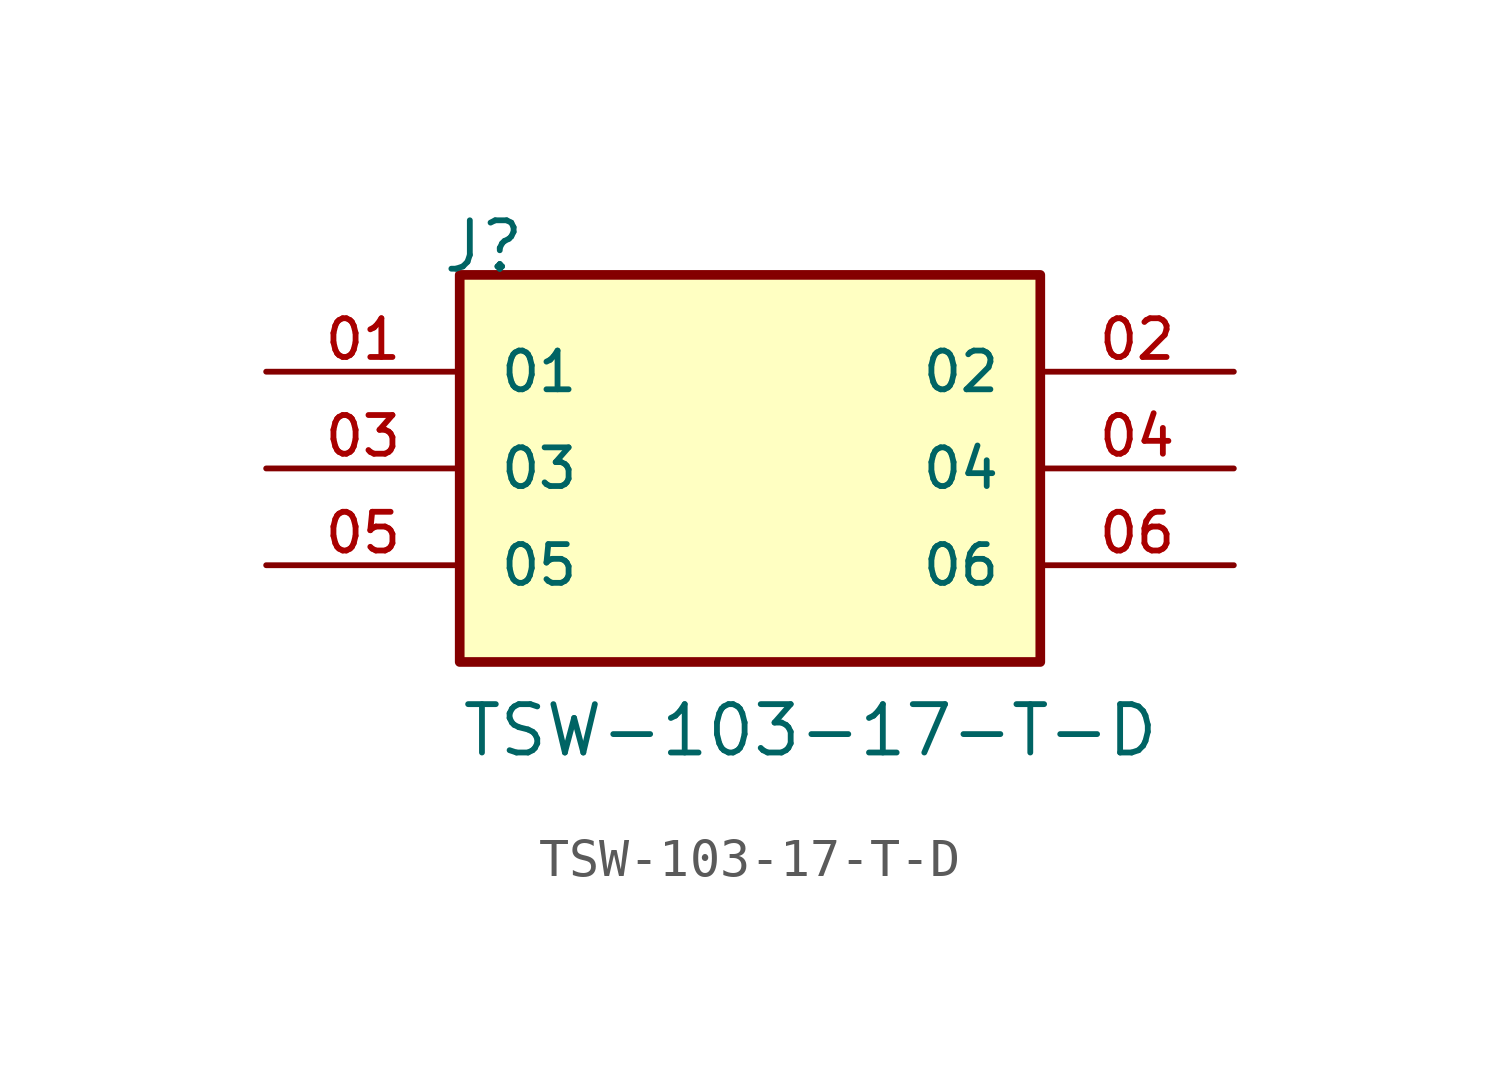
<source format=kicad_sym>
(kicad_symbol_lib
  (version 20211014)
  (generator kicad_symbol_editor)
  (symbol "TSW-103-17-T-D"
    (pin_names
      (offset 1.016))
    (property "Reference" "J"
      (at -8.12 5.08 0)
      (effects (font (size 1.27 1.27)) (justify bottom left)))
    (property "Value" "TSW-103-17-T-D"
      (at -7.62 -7.62 0)
      (effects (font (size 1.27 1.27)) (justify bottom left)))
    (symbol "TSW-103-17-T-D_0_0"
      (rectangle (start -7.62 -5.08) (end 7.62 5.08) (stroke (width 0.254)) (fill (type background)))
      (pin passive line (at -12.7 2.54 0) (length 5.08) (name "01" (effects (font (size 1.016 1.016)))) (number "01" (effects (font (size 1.016 1.016)))))
      (pin passive line (at 12.7 2.54 180.0) (length 5.08) (name "02" (effects (font (size 1.016 1.016)))) (number "02" (effects (font (size 1.016 1.016)))))
      (pin passive line (at -12.7 0.0 0) (length 5.08) (name "03" (effects (font (size 1.016 1.016)))) (number "03" (effects (font (size 1.016 1.016)))))
      (pin passive line (at 12.7 0.0 180.0) (length 5.08) (name "04" (effects (font (size 1.016 1.016)))) (number "04" (effects (font (size 1.016 1.016)))))
      (pin passive line (at -12.7 -2.54 0) (length 5.08) (name "05" (effects (font (size 1.016 1.016)))) (number "05" (effects (font (size 1.016 1.016)))))
      (pin passive line (at 12.7 -2.54 180.0) (length 5.08) (name "06" (effects (font (size 1.016 1.016)))) (number "06" (effects (font (size 1.016 1.016))))))))
</source>
